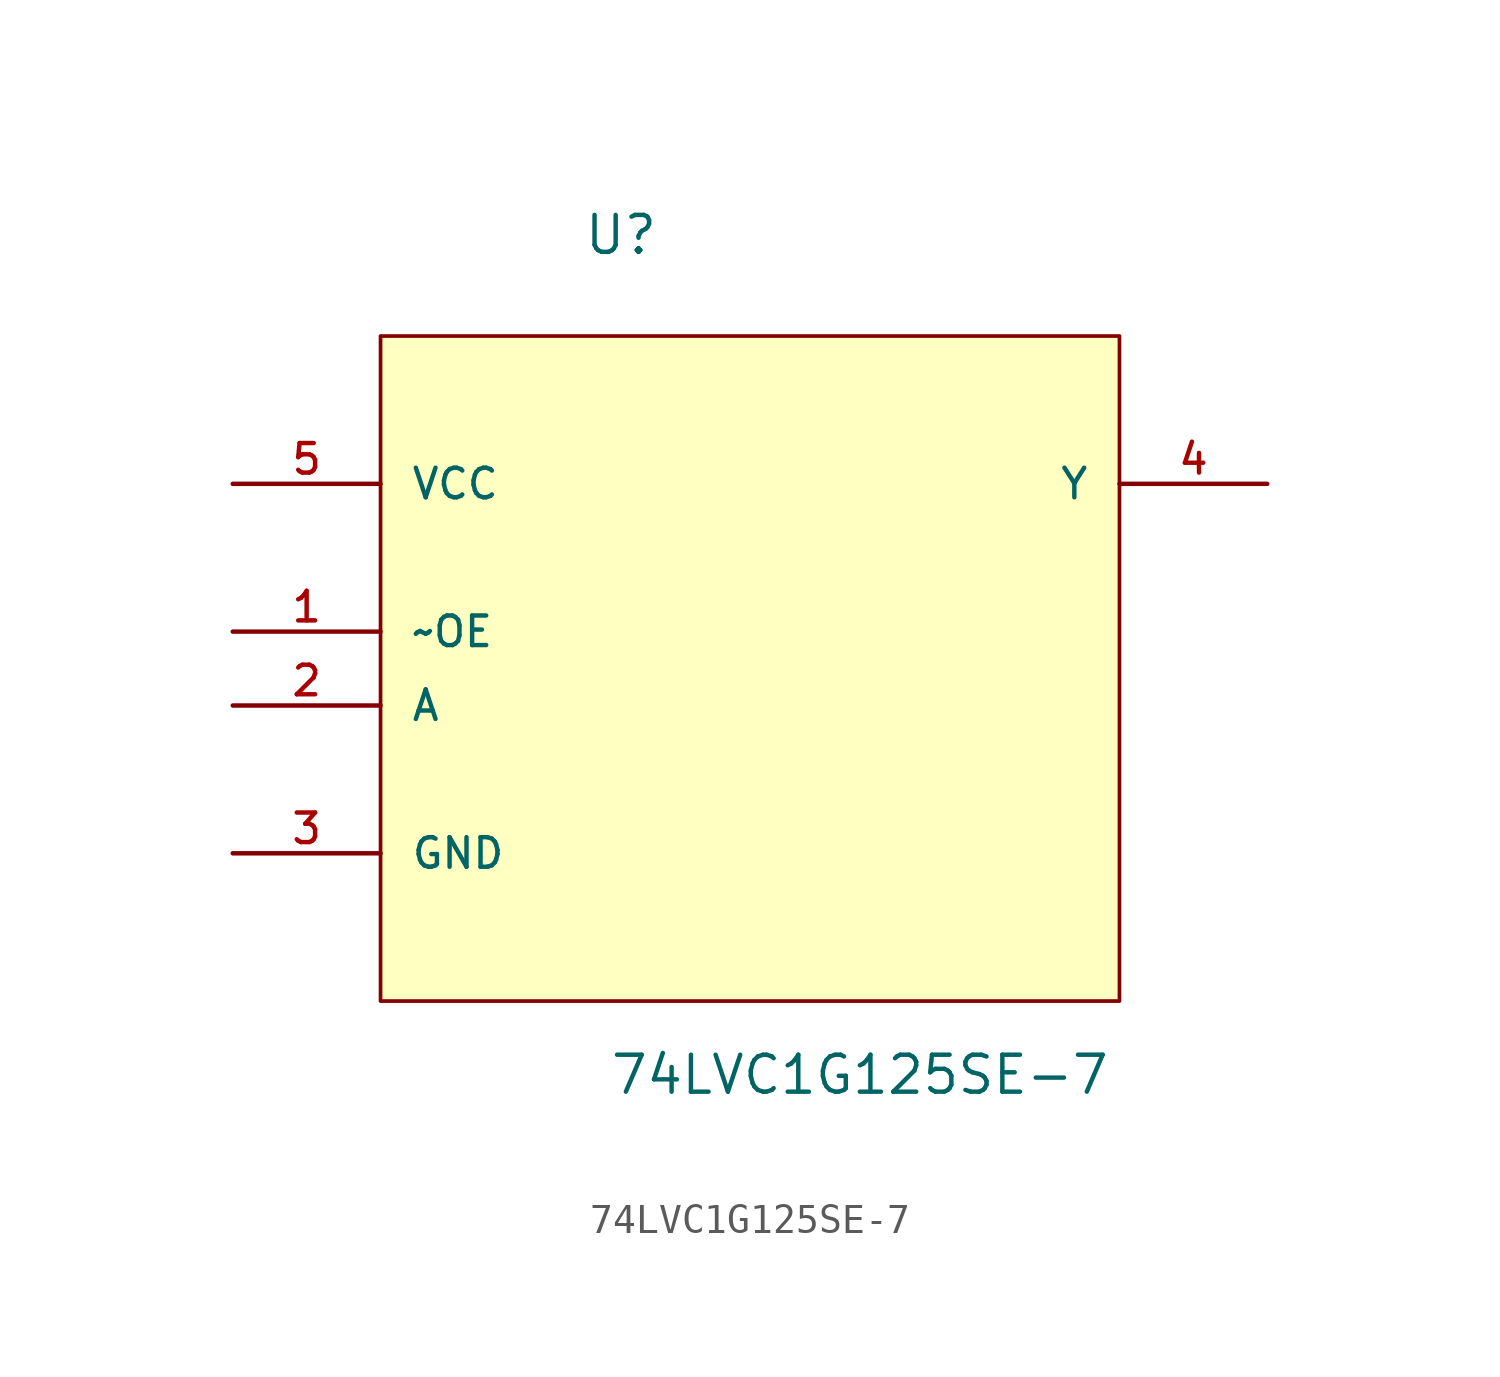
<source format=kicad_sym>
(kicad_symbol_lib
  (version 20211014)
  (generator kicad_symbol_editor)
  (symbol "74LVC1G125SE-7"
    (pin_names
      (offset 1.016))
    (property "Reference" "U"
      (at 12.034 7.811 0.0)
      (effects (font (size 1.27 1.27)) (justify bottom left)))
    (property "Value" "74LVC1G125SE-7"
      (at 12.929 -21.057 0.0)
      (effects (font (size 1.27 1.27)) (justify bottom left)))
    (symbol "74LVC1G125SE-7_0_0"
      (rectangle (start 5.08 -17.78) (end 30.48 5.08) (stroke (width 0.127)) (fill (type background)))
      (pin power_in line (at 0.0 0.0 0) (length 5.08) (name "VCC" (effects (font (size 1.016 1.016)))) (number "5" (effects (font (size 1.016 1.016)))))
      (pin input line (at 0.0 -5.08 0) (length 5.08) (name "~OE" (effects (font (size 1.016 1.016)))) (number "1" (effects (font (size 1.016 1.016)))))
      (pin input line (at 0.0 -7.62 0) (length 5.08) (name "A" (effects (font (size 1.016 1.016)))) (number "2" (effects (font (size 1.016 1.016)))))
      (pin passive line (at 0.0 -12.7 0) (length 5.08) (name "GND" (effects (font (size 1.016 1.016)))) (number "3" (effects (font (size 1.016 1.016)))))
      (pin output line (at 35.56 0.0 180.0) (length 5.08) (name "Y" (effects (font (size 1.016 1.016)))) (number "4" (effects (font (size 1.016 1.016))))))))
</source>
